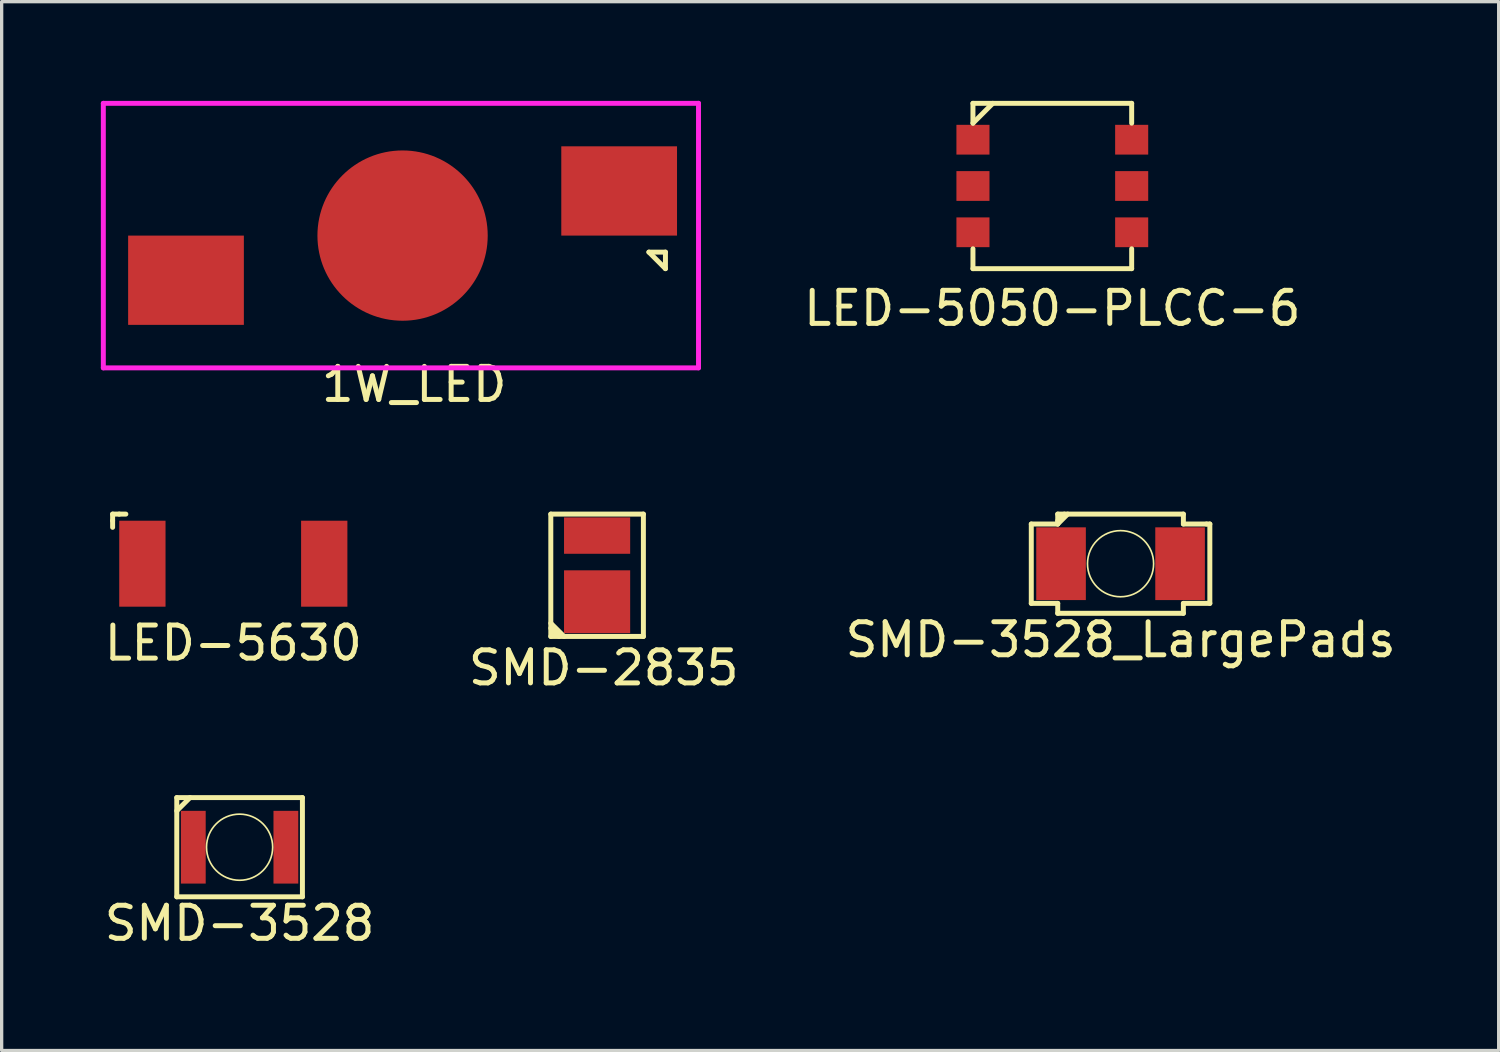
<source format=kicad_pcb>
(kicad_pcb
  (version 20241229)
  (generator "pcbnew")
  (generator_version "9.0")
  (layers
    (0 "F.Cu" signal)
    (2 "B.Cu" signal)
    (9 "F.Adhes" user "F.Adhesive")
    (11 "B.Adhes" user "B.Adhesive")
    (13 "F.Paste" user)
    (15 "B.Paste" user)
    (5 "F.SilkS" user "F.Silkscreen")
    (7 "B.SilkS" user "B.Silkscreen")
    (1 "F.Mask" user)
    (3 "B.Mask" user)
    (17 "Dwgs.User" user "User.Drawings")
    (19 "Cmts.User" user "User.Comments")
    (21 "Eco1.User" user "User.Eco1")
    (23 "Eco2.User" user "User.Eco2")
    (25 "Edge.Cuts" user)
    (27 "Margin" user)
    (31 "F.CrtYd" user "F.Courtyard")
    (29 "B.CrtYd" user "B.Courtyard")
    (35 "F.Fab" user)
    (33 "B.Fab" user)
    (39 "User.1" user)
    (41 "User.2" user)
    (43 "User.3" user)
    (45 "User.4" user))
  (footprint "1W_LED"
    (layer "F.Cu")
    (at 2.575 4.075)
    (property "Reference" "1W_LED" (at 6.9 4.5 0) (layer "F.SilkS") (effects (font (size 1 1) (thickness 0.15))))
    (attr through_hole)
    (fp_line (start 14 0.5) (end 14.5 1) (stroke (width 0.15) (type solid)) (layer "F.SilkS"))
    (fp_line (start 14.5 0.5) (end 14 0.5) (stroke (width 0.15) (type solid)) (layer "F.SilkS"))
    (fp_line (start 14.5 1) (end 14.5 0.5) (stroke (width 0.15) (type solid)) (layer "F.SilkS"))
    (fp_line (start -2.5 -4) (end -2.5 4) (stroke (width 0.15) (type solid)) (layer "F.CrtYd"))
    (fp_line (start -2.5 4) (end 15.5 4) (stroke (width 0.15) (type solid)) (layer "F.CrtYd"))
    (fp_line (start 15.5 -4) (end -2.5 -4) (stroke (width 0.15) (type solid)) (layer "F.CrtYd"))
    (fp_line (start 15.5 4) (end 15.5 -4) (stroke (width 0.15) (type solid)) (layer "F.CrtYd"))
    (pad "" smd circle (at 6.55 0) (size 5.15 5.15) (layers "F.Cu" "F.Mask" "F.Paste"))
    (pad "1" smd rect (at 0 1.35) (size 3.5 2.7) (layers "F.Cu" "F.Mask" "F.Paste"))
    (pad "1" smd rect (at 13.1 -1.35) (size 3.5 2.7) (layers "F.Cu" "F.Mask" "F.Paste")))
  (footprint "SMD-2835"
    (layer "F.Cu")
    (at 15.008 14.348)
    (property "Reference" "SMD-2835" (at 0.2 2.8 0) (layer "F.SilkS") (effects (font (size 1 1) (thickness 0.15))))
    (attr through_hole)
    (fp_line (start -1.4 1.6) (end -1.15 1.85) (stroke (width 0.15) (type solid)) (layer "F.SilkS"))
    (fp_line (start -1.4 1.85) (end -1.4 -1.85) (stroke (width 0.15) (type solid)) (layer "F.SilkS"))
    (fp_line (start -1 1.85) (end -1.4 1.45) (stroke (width 0.15) (type solid)) (layer "F.SilkS"))
    (fp_line (start 1.4 -1.85) (end -1.4 -1.85) (stroke (width 0.15) (type solid)) (layer "F.SilkS"))
    (fp_line (start 1.4 -1.85) (end 1.4 1.85) (stroke (width 0.15) (type solid)) (layer "F.SilkS"))
    (fp_line (start 1.4 1.85) (end -1.4 1.85) (stroke (width 0.15) (type solid)) (layer "F.SilkS"))
    (pad "1" smd rect (at 0 -1.2) (size 2 1.1) (layers "F.Cu" "F.Mask" "F.Paste"))
    (pad "2" smd rect (at 0 0.8) (size 2 1.9) (layers "F.Cu" "F.Mask" "F.Paste")))
  (footprint "SMD-3528"
    (layer "F.Cu")
    (at 4.196 22.572)
    (property "Reference" "SMD-3528" (at 0 2.3 0) (layer "F.SilkS") (effects (font (size 1 1) (thickness 0.15))))
    (attr through_hole)
    (fp_line (start -1.9 -1.5) (end -1.9 1.5) (stroke (width 0.15) (type solid)) (layer "F.SilkS"))
    (fp_line (start -1.9 -1.1) (end -1.5 -1.5) (stroke (width 0.15) (type solid)) (layer "F.SilkS"))
    (fp_line (start -1.9 1.5) (end 1.9 1.5) (stroke (width 0.15) (type solid)) (layer "F.SilkS"))
    (fp_line (start 1.9 -1.5) (end -1.9 -1.5) (stroke (width 0.15) (type solid)) (layer "F.SilkS"))
    (fp_line (start 1.9 1.5) (end 1.9 -1.5) (stroke (width 0.15) (type solid)) (layer "F.SilkS"))
    (fp_circle (center 0 0) (end 0 1) (stroke (width 0.05) (type solid)) (fill no) (layer "F.SilkS"))
    (pad "1" smd rect (at 1.4 0) (size 0.75 2.2) (layers "F.Cu" "F.Mask" "F.Paste"))
    (pad "2" smd rect (at -1.4 0) (size 0.75 2.2) (layers "F.Cu" "F.Mask" "F.Paste")))
  (footprint "LED-5050-PLCC-6"
    (layer "F.Cu")
    (at 28.775 2.575)
    (property "Reference" "LED-5050-PLCC-6" (at 0 3.7 0) (layer "F.SilkS") (effects (font (size 1 1) (thickness 0.15))))
    (attr through_hole)
    (fp_line (start -2.4 -2.5) (end 2.4 -2.5) (stroke (width 0.15) (type solid)) (layer "F.SilkS"))
    (fp_line (start -2.4 -1.9) (end -2.4 -2.5) (stroke (width 0.15) (type solid)) (layer "F.SilkS"))
    (fp_line (start -2.4 -1.9) (end -1.8 -2.5) (stroke (width 0.15) (type solid)) (layer "F.SilkS"))
    (fp_line (start -2.4 2.5) (end -2.4 1.9) (stroke (width 0.15) (type solid)) (layer "F.SilkS"))
    (fp_line (start 2.4 -1.9) (end 2.4 -2.5) (stroke (width 0.15) (type solid)) (layer "F.SilkS"))
    (fp_line (start 2.4 1.9) (end 2.4 2.5) (stroke (width 0.15) (type solid)) (layer "F.SilkS"))
    (fp_line (start 2.4 2.5) (end -2.4 2.5) (stroke (width 0.15) (type solid)) (layer "F.SilkS"))
    (pad "3" smd rect (at -2.4 -1.4) (size 1 0.9) (layers "F.Cu" "F.Mask" "F.Paste"))
    (pad "3" smd rect (at -2.4 0) (size 1 0.9) (layers "F.Cu" "F.Mask" "F.Paste"))
    (pad "3" smd rect (at -2.4 1.4) (size 1 0.9) (layers "F.Cu" "F.Mask" "F.Paste"))
    (pad "3" smd rect (at 2.4 -1.4) (size 1 0.9) (layers "F.Cu" "F.Mask" "F.Paste"))
    (pad "3" smd rect (at 2.4 0) (size 1 0.9) (layers "F.Cu" "F.Mask" "F.Paste"))
    (pad "3" smd rect (at 2.4 1.4) (size 1 0.9) (layers "F.Cu" "F.Mask" "F.Paste")))
  (footprint "LED-5630"
    (layer "F.Cu")
    (at 4.006 13.998)
    (property "Reference" "LED-5630" (at 0 2.4 0) (layer "F.SilkS") (effects (font (size 1 1) (thickness 0.15))))
    (attr through_hole)
    (fp_line (start -3.65 -1.5) (end -3.65 -1.3) (stroke (width 0.15) (type solid)) (layer "F.SilkS"))
    (fp_line (start -3.65 -1.3) (end -3.65 -1.1) (stroke (width 0.15) (type solid)) (layer "F.SilkS"))
    (fp_line (start -3.45 -1.5) (end -3.65 -1.5) (stroke (width 0.15) (type solid)) (layer "F.SilkS"))
    (fp_line (start -3.25 -1.5) (end -3.45 -1.5) (stroke (width 0.15) (type solid)) (layer "F.SilkS"))
    (pad "1" smd rect (at 2.75 0) (size 1.4 2.6) (layers "F.Cu" "F.Mask" "F.Paste"))
    (pad "2" smd rect (at -2.75 0) (size 1.4 2.6) (layers "F.Cu" "F.Mask" "F.Paste")))
  (footprint "SMD-3528_LargePads"
    (layer "F.Cu")
    (at 30.839 13.998)
    (property "Reference" "SMD-3528_LargePads" (at 0 2.3 0) (layer "F.SilkS") (effects (font (size 1 1) (thickness 0.15))))
    (attr through_hole)
    (fp_line (start -2.7 -1.2) (end -2.7 1.2) (stroke (width 0.15) (type solid)) (layer "F.SilkS"))
    (fp_line (start -2.7 1.2) (end -1.9 1.2) (stroke (width 0.15) (type solid)) (layer "F.SilkS"))
    (fp_line (start -1.9 -1.5) (end -1.9 -1.2) (stroke (width 0.15) (type solid)) (layer "F.SilkS"))
    (fp_line (start -1.9 -1.2) (end -2.7 -1.2) (stroke (width 0.15) (type solid)) (layer "F.SilkS"))
    (fp_line (start -1.9 -1.2) (end -1.6 -1.5) (stroke (width 0.15) (type solid)) (layer "F.SilkS"))
    (fp_line (start -1.9 1.2) (end -1.9 1.5) (stroke (width 0.15) (type solid)) (layer "F.SilkS"))
    (fp_line (start -1.9 1.5) (end 1.9 1.5) (stroke (width 0.15) (type solid)) (layer "F.SilkS"))
    (fp_line (start -1.7 -1.5) (end -1.9 -1.3) (stroke (width 0.15) (type solid)) (layer "F.SilkS"))
    (fp_line (start 1.9 -1.5) (end -1.9 -1.5) (stroke (width 0.15) (type solid)) (layer "F.SilkS"))
    (fp_line (start 1.9 -1.5) (end 1.9 -1.2) (stroke (width 0.15) (type solid)) (layer "F.SilkS"))
    (fp_line (start 1.9 -1.2) (end 2.6 -1.2) (stroke (width 0.15) (type solid)) (layer "F.SilkS"))
    (fp_line (start 1.9 1.2) (end 1.9 1.5) (stroke (width 0.15) (type solid)) (layer "F.SilkS"))
    (fp_line (start 2.6 -1.2) (end 2.7 -1.2) (stroke (width 0.15) (type solid)) (layer "F.SilkS"))
    (fp_line (start 2.7 -1.2) (end 2.7 1.2) (stroke (width 0.15) (type solid)) (layer "F.SilkS"))
    (fp_line (start 2.7 1.2) (end 1.9 1.2) (stroke (width 0.15) (type solid)) (layer "F.SilkS"))
    (fp_circle (center 0 0) (end 0 1) (stroke (width 0.05) (type solid)) (fill no) (layer "F.SilkS"))
    (pad "1" smd rect (at 1.8 0) (size 1.5 2.2) (layers "F.Cu" "F.Mask" "F.Paste"))
    (pad "2" smd rect (at -1.8 0) (size 1.5 2.2) (layers "F.Cu" "F.Mask" "F.Paste")))
  (gr_rect
    (start -3 -3)
    (end 42.274 28.72)
    (stroke (width 0.1) (type default))
    (fill no)
    (layer "Edge.Cuts")))
</source>
